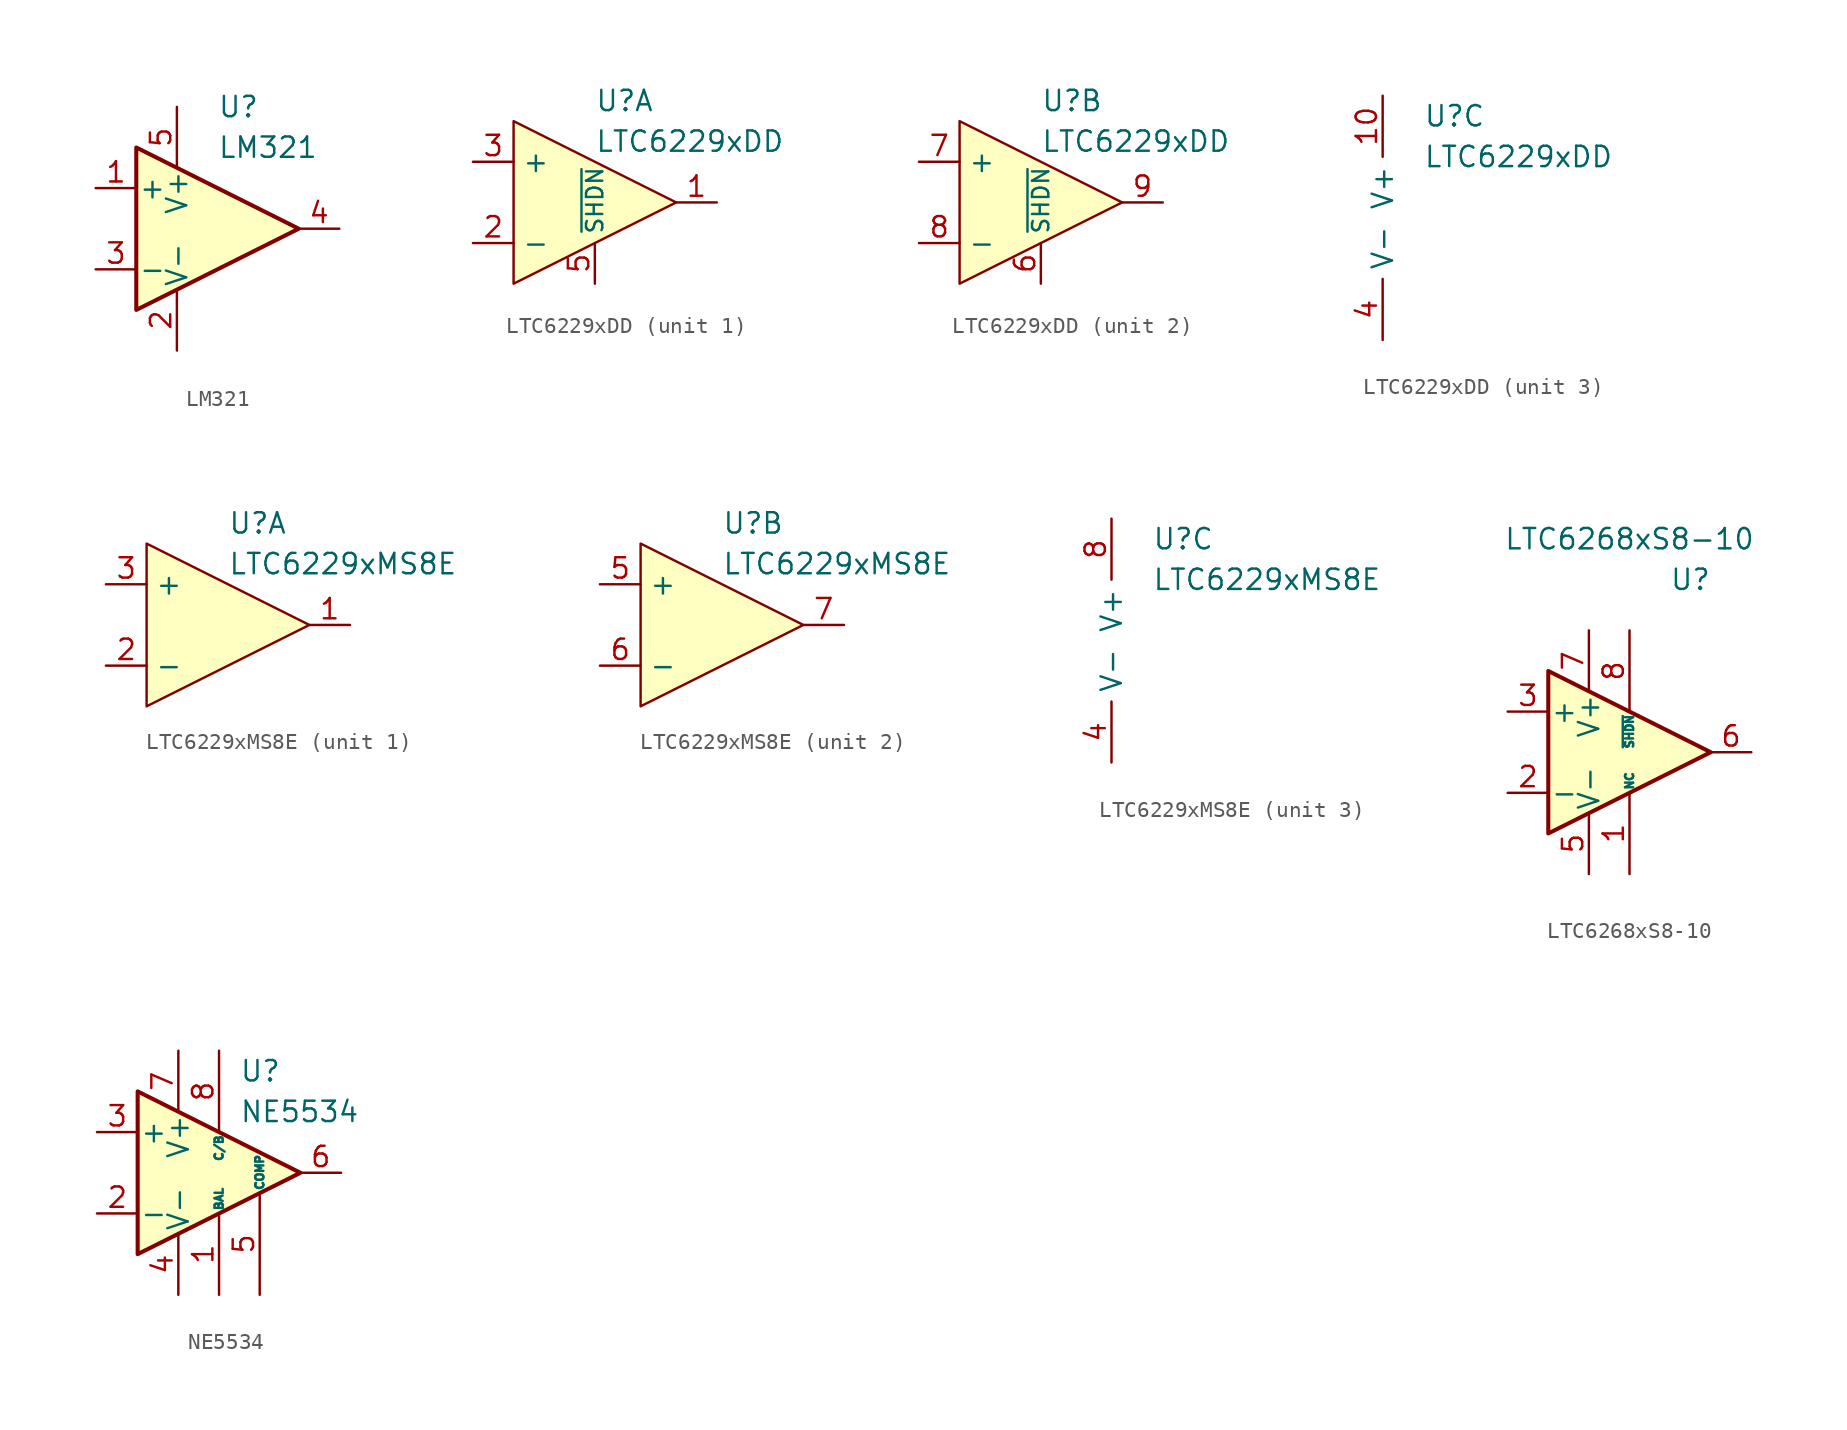
<source format=kicad_sym>
(kicad_symbol_lib
  (version 20201005)
  (generator kicad_symbol_editor)
  (symbol "Amplifier_Operational:LM321"
    (pin_names
      (offset 0.127))
    (property "Reference" "U"
      (at 0 7.62 0)
      (effects (font (size 1.27 1.27)) (justify left)))
    (property "Value" "LM321"
      (at 0 5.08 0)
      (effects (font (size 1.27 1.27)) (justify left)))
    (symbol "LM321_0_1"
      (polyline (pts (xy -5.08 5.08) (xy 5.08 0) (xy -5.08 -5.08) (xy -5.08 5.08)) (stroke (width 0.254)) (fill (type background))))
    (symbol "LM321_1_1"
      (pin input line (at -7.62 2.54 0) (length 2.54) (name "+" (effects (font (size 1.27 1.27)))) (number "1" (effects (font (size 1.27 1.27)))))
      (pin power_in line (at -2.54 -7.62 90) (length 3.81) (name "V-" (effects (font (size 1.27 1.27)))) (number "2" (effects (font (size 1.27 1.27)))))
      (pin input line (at -7.62 -2.54 0) (length 2.54) (name "-" (effects (font (size 1.27 1.27)))) (number "3" (effects (font (size 1.27 1.27)))))
      (pin output line (at 7.62 0 180) (length 2.54) (name "~" (effects (font (size 1.27 1.27)))) (number "4" (effects (font (size 1.27 1.27)))))
      (pin power_in line (at -2.54 7.62 270) (length 3.81) (name "V+" (effects (font (size 1.27 1.27)))) (number "5" (effects (font (size 1.27 1.27)))))))
  (symbol "Amplifier_Operational:LTC6229xDD"
    (property "Reference" "U"
      (at 0 6.35 0)
      (effects (font (size 1.27 1.27)) (justify left)))
    (property "Value" "LTC6229xDD"
      (at 0 3.81 0)
      (effects (font (size 1.27 1.27)) (justify left)))
    (symbol "LTC6229xDD_1_1"
      (polyline (pts (xy -5.08 5.08) (xy 5.08 0) (xy -5.08 -5.08) (xy -5.08 5.08)) (stroke (width 0)) (fill (type background)))
      (pin output line (at 7.62 0 180) (length 2.54) (name "~" (effects (font (size 1.27 1.27)))) (number "1" (effects (font (size 1.27 1.27)))))
      (pin input line (at -7.62 -2.54 0) (length 2.54) (name "-" (effects (font (size 1.27 1.27)))) (number "2" (effects (font (size 1.27 1.27)))))
      (pin input line (at -7.62 2.54 0) (length 2.54) (name "+" (effects (font (size 1.27 1.27)))) (number "3" (effects (font (size 1.27 1.27)))))
      (pin input line (at 0 -5.08 90) (length 2.54) (name "~SHDN" (effects (font (size 1.016 1.016)))) (number "5" (effects (font (size 1.27 1.27))))))
    (symbol "LTC6229xDD_2_1"
      (polyline (pts (xy -5.08 5.08) (xy 5.08 0) (xy -5.08 -5.08) (xy -5.08 5.08)) (stroke (width 0)) (fill (type background)))
      (pin input line (at 0 -5.08 90) (length 2.54) (name "~SHDN" (effects (font (size 1.016 1.016)))) (number "6" (effects (font (size 1.27 1.27)))))
      (pin input line (at -7.62 2.54 0) (length 2.54) (name "+" (effects (font (size 1.27 1.27)))) (number "7" (effects (font (size 1.27 1.27)))))
      (pin input line (at -7.62 -2.54 0) (length 2.54) (name "-" (effects (font (size 1.27 1.27)))) (number "8" (effects (font (size 1.27 1.27)))))
      (pin output line (at 7.62 0 180) (length 2.54) (name "~" (effects (font (size 1.27 1.27)))) (number "9" (effects (font (size 1.27 1.27))))))
    (symbol "LTC6229xDD_3_1"
      (pin power_in line (at -2.54 7.62 270) (length 3.81) (name "V+" (effects (font (size 1.27 1.27)))) (number "10" (effects (font (size 1.27 1.27)))))
      (pin passive line (at -2.54 -7.62 90) (length 3.81) hide (name "V-" (effects (font (size 1.27 1.27)))) (number "11" (effects (font (size 1.27 1.27)))))
      (pin power_in line (at -2.54 -7.62 90) (length 3.81) (name "V-" (effects (font (size 1.27 1.27)))) (number "4" (effects (font (size 1.27 1.27)))))))
  (symbol "Amplifier_Operational:LTC6229xMS8E"
    (property "Reference" "U"
      (at 0 6.35 0)
      (effects (font (size 1.27 1.27)) (justify left)))
    (property "Value" "LTC6229xMS8E"
      (at 0 3.81 0)
      (effects (font (size 1.27 1.27)) (justify left)))
    (symbol "LTC6229xMS8E_1_1"
      (polyline (pts (xy -5.08 5.08) (xy 5.08 0) (xy -5.08 -5.08) (xy -5.08 5.08)) (stroke (width 0)) (fill (type background)))
      (pin output line (at 7.62 0 180) (length 2.54) (name "~" (effects (font (size 1.27 1.27)))) (number "1" (effects (font (size 1.27 1.27)))))
      (pin input line (at -7.62 -2.54 0) (length 2.54) (name "-" (effects (font (size 1.27 1.27)))) (number "2" (effects (font (size 1.27 1.27)))))
      (pin input line (at -7.62 2.54 0) (length 2.54) (name "+" (effects (font (size 1.27 1.27)))) (number "3" (effects (font (size 1.27 1.27))))))
    (symbol "LTC6229xMS8E_2_1"
      (polyline (pts (xy -5.08 5.08) (xy 5.08 0) (xy -5.08 -5.08) (xy -5.08 5.08)) (stroke (width 0)) (fill (type background)))
      (pin input line (at -7.62 2.54 0) (length 2.54) (name "+" (effects (font (size 1.27 1.27)))) (number "5" (effects (font (size 1.27 1.27)))))
      (pin input line (at -7.62 -2.54 0) (length 2.54) (name "-" (effects (font (size 1.27 1.27)))) (number "6" (effects (font (size 1.27 1.27)))))
      (pin output line (at 7.62 0 180) (length 2.54) (name "~" (effects (font (size 1.27 1.27)))) (number "7" (effects (font (size 1.27 1.27))))))
    (symbol "LTC6229xMS8E_3_1"
      (pin power_in line (at -2.54 -7.62 90) (length 3.81) (name "V-" (effects (font (size 1.27 1.27)))) (number "4" (effects (font (size 1.27 1.27)))))
      (pin power_in line (at -2.54 7.62 270) (length 3.81) (name "V+" (effects (font (size 1.27 1.27)))) (number "8" (effects (font (size 1.27 1.27)))))
      (pin passive line (at -2.54 -7.62 90) (length 3.81) hide (name "V-" (effects (font (size 1.27 1.27)))) (number "9" (effects (font (size 1.27 1.27)))))))
  (symbol "Amplifier_Operational:LTC6268xS8-10"
    (pin_names
      (offset 0.127))
    (property "Reference" "U"
      (at 3.81 10.795 0)
      (effects (font (size 1.27 1.27))))
    (property "Value" "LTC6268xS8-10"
      (at 0 13.335 0)
      (effects (font (size 1.27 1.27))))
    (symbol "LTC6268xS8-10_1_1"
      (polyline (pts (xy -5.08 5.08) (xy -5.08 -5.08) (xy 5.08 0) (xy -5.08 5.08)) (stroke (width 0.254)) (fill (type background)))
      (pin passive line (at 0 -7.62 90) (length 5.08) (name "NC" (effects (font (size 0.508 0.508)))) (number "1" (effects (font (size 1.27 1.27)))))
      (pin input line (at -7.62 -2.54 0) (length 2.54) (name "-" (effects (font (size 1.27 1.27)))) (number "2" (effects (font (size 1.27 1.27)))))
      (pin input line (at -7.62 2.54 0) (length 2.54) (name "+" (effects (font (size 1.27 1.27)))) (number "3" (effects (font (size 1.27 1.27)))))
      (pin passive line (at 0 -7.62 90) (length 5.08) hide (name "NC" (effects (font (size 0.508 0.508)))) (number "4" (effects (font (size 1.27 1.27)))))
      (pin power_in line (at -2.54 -7.62 90) (length 3.81) (name "V-" (effects (font (size 1.27 1.27)))) (number "5" (effects (font (size 1.27 1.27)))))
      (pin output line (at 7.62 0 180) (length 2.54) (name "~" (effects (font (size 1.27 1.27)))) (number "6" (effects (font (size 1.27 1.27)))))
      (pin power_in line (at -2.54 7.62 270) (length 3.81) (name "V+" (effects (font (size 1.27 1.27)))) (number "7" (effects (font (size 1.27 1.27)))))
      (pin input line (at 0 7.62 270) (length 5.08) (name "~SHDN" (effects (font (size 0.508 0.508)))) (number "8" (effects (font (size 1.27 1.27)))))))
  (symbol "Amplifier_Operational:NE5534"
    (pin_names
      (offset 0.127))
    (property "Reference" "U"
      (at 1.27 6.35 0)
      (effects (font (size 1.27 1.27)) (justify left)))
    (property "Value" "NE5534"
      (at 1.27 3.81 0)
      (effects (font (size 1.27 1.27)) (justify left)))
    (symbol "NE5534_0_1"
      (polyline (pts (xy -5.08 5.08) (xy 5.08 0) (xy -5.08 -5.08) (xy -5.08 5.08)) (stroke (width 0.254)) (fill (type background))))
    (symbol "NE5534_1_1"
      (pin input line (at 0 -7.62 90) (length 5.08) (name "BAL" (effects (font (size 0.508 0.508)))) (number "1" (effects (font (size 1.27 1.27)))))
      (pin input line (at -7.62 -2.54 0) (length 2.54) (name "-" (effects (font (size 1.27 1.27)))) (number "2" (effects (font (size 1.27 1.27)))))
      (pin input line (at -7.62 2.54 0) (length 2.54) (name "+" (effects (font (size 1.27 1.27)))) (number "3" (effects (font (size 1.27 1.27)))))
      (pin power_in line (at -2.54 -7.62 90) (length 3.81) (name "V-" (effects (font (size 1.27 1.27)))) (number "4" (effects (font (size 1.27 1.27)))))
      (pin input line (at 2.54 -7.62 90) (length 6.35) (name "COMP" (effects (font (size 0.508 0.508)))) (number "5" (effects (font (size 1.27 1.27)))))
      (pin output line (at 7.62 0 180) (length 2.54) (name "~" (effects (font (size 1.27 1.27)))) (number "6" (effects (font (size 1.27 1.27)))))
      (pin power_in line (at -2.54 7.62 270) (length 3.81) (name "V+" (effects (font (size 1.27 1.27)))) (number "7" (effects (font (size 1.27 1.27)))))
      (pin input line (at 0 7.62 270) (length 5.08) (name "C/B" (effects (font (size 0.508 0.508)))) (number "8" (effects (font (size 1.27 1.27))))))))
</source>
